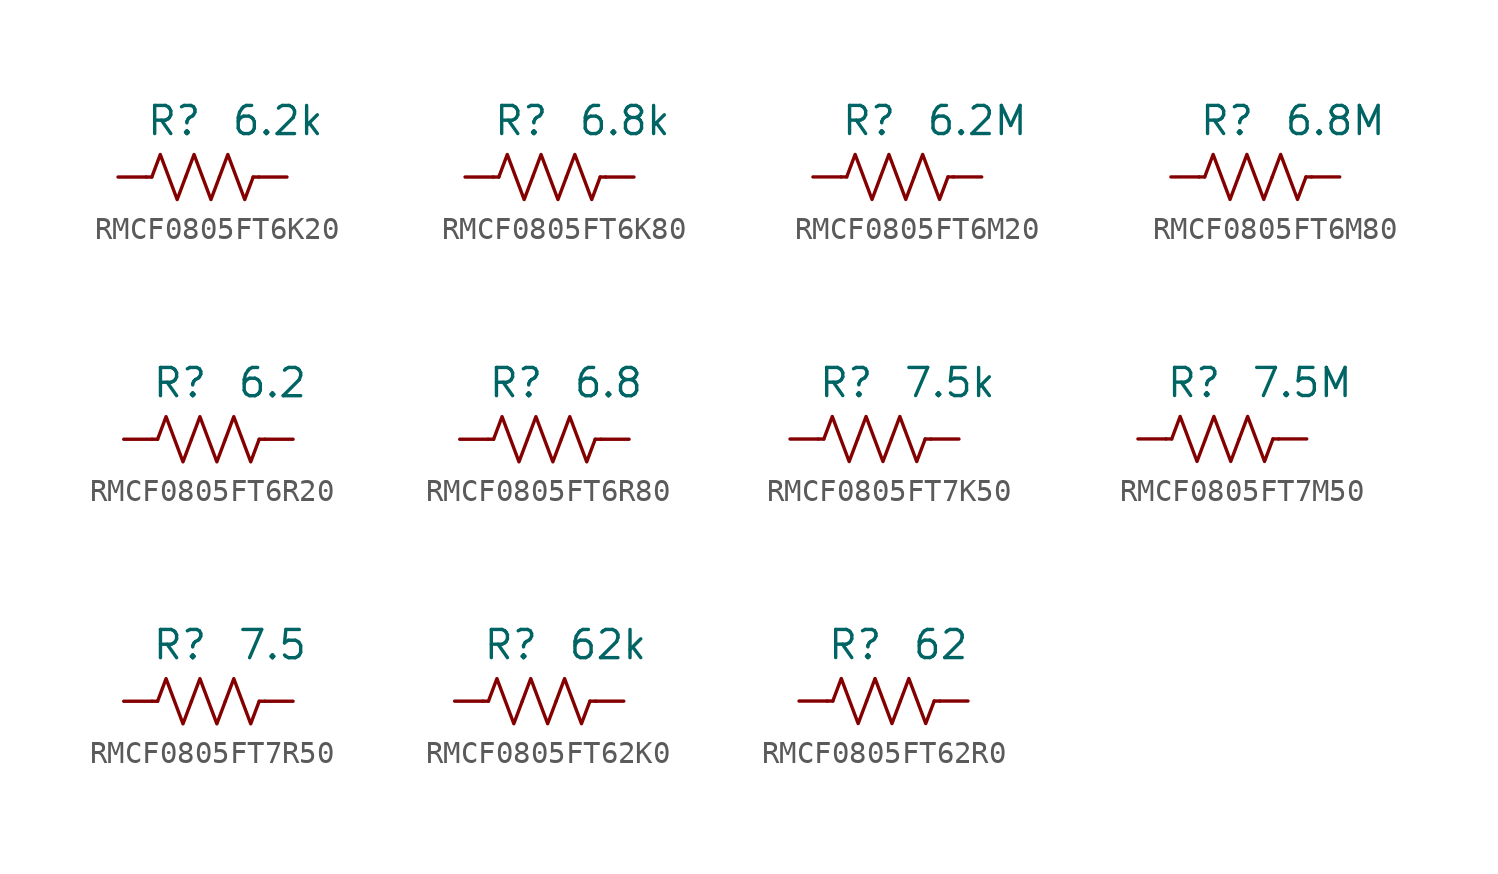
<source format=kicad_sym>
(kicad_symbol_lib
  (version 20241209)
  (generator "kicad_symbol_editor")
  (generator_version "9.0")
  (symbol "RMCF0805FT6K20"
    (pin_numbers
      (hide yes))
    (property "Reference" "R"
      (at 0 2.54 0)
      (effects (font (size 1.27 1.27)) (justify right)))
    (property "Value" "6.2k"
      (at 1.27 2.54 0)
      (effects (font (size 1.27 1.27)) (justify left)))
    (symbol "RMCF0805FT6K20_0_1"
      (polyline (pts (xy -2.286 0) (xy -2.54 0)) (stroke (width 0) (type default)) (fill (type none)))
      (polyline (pts (xy -2.286 0) (xy -1.905 1.016) (xy -1.524 0) (xy -1.143 -1.016) (xy -0.762 0)) (stroke (width 0) (type default)) (fill (type none)))
      (polyline (pts (xy -0.762 0) (xy -0.381 1.016) (xy 0 0) (xy 0.381 -1.016) (xy 0.762 0)) (stroke (width 0) (type default)) (fill (type none)))
      (polyline (pts (xy 0.762 0) (xy 1.143 1.016) (xy 1.524 0) (xy 1.905 -1.016) (xy 2.286 0)) (stroke (width 0) (type default)) (fill (type none)))
      (polyline (pts (xy 2.286 0) (xy 2.54 0)) (stroke (width 0) (type default)) (fill (type none))))
    (symbol "RMCF0805FT6K20_1_1"
      (pin passive line (at -3.81 0 0) (length 1.27) (name "~" (effects (font (size 1.27 1.27)))) (number "1" (effects (font (size 1.27 1.27)))))
      (pin passive line (at 3.81 0 180) (length 1.27) (name "~" (effects (font (size 1.27 1.27)))) (number "2" (effects (font (size 1.27 1.27)))))))
  (symbol "RMCF0805FT6K80"
    (pin_numbers
      (hide yes))
    (property "Reference" "R"
      (at 0 2.54 0)
      (effects (font (size 1.27 1.27)) (justify right)))
    (property "Value" "6.8k"
      (at 1.27 2.54 0)
      (effects (font (size 1.27 1.27)) (justify left)))
    (symbol "RMCF0805FT6K80_0_1"
      (polyline (pts (xy -2.286 0) (xy -2.54 0)) (stroke (width 0) (type default)) (fill (type none)))
      (polyline (pts (xy -2.286 0) (xy -1.905 1.016) (xy -1.524 0) (xy -1.143 -1.016) (xy -0.762 0)) (stroke (width 0) (type default)) (fill (type none)))
      (polyline (pts (xy -0.762 0) (xy -0.381 1.016) (xy 0 0) (xy 0.381 -1.016) (xy 0.762 0)) (stroke (width 0) (type default)) (fill (type none)))
      (polyline (pts (xy 0.762 0) (xy 1.143 1.016) (xy 1.524 0) (xy 1.905 -1.016) (xy 2.286 0)) (stroke (width 0) (type default)) (fill (type none)))
      (polyline (pts (xy 2.286 0) (xy 2.54 0)) (stroke (width 0) (type default)) (fill (type none))))
    (symbol "RMCF0805FT6K80_1_1"
      (pin passive line (at -3.81 0 0) (length 1.27) (name "~" (effects (font (size 1.27 1.27)))) (number "1" (effects (font (size 1.27 1.27)))))
      (pin passive line (at 3.81 0 180) (length 1.27) (name "~" (effects (font (size 1.27 1.27)))) (number "2" (effects (font (size 1.27 1.27)))))))
  (symbol "RMCF0805FT6M20"
    (pin_numbers
      (hide yes))
    (property "Reference" "R"
      (at 0 2.54 0)
      (effects (font (size 1.27 1.27)) (justify right)))
    (property "Value" "6.2M"
      (at 1.27 2.54 0)
      (effects (font (size 1.27 1.27)) (justify left)))
    (symbol "RMCF0805FT6M20_0_1"
      (polyline (pts (xy -2.286 0) (xy -2.54 0)) (stroke (width 0) (type default)) (fill (type none)))
      (polyline (pts (xy -2.286 0) (xy -1.905 1.016) (xy -1.524 0) (xy -1.143 -1.016) (xy -0.762 0)) (stroke (width 0) (type default)) (fill (type none)))
      (polyline (pts (xy -0.762 0) (xy -0.381 1.016) (xy 0 0) (xy 0.381 -1.016) (xy 0.762 0)) (stroke (width 0) (type default)) (fill (type none)))
      (polyline (pts (xy 0.762 0) (xy 1.143 1.016) (xy 1.524 0) (xy 1.905 -1.016) (xy 2.286 0)) (stroke (width 0) (type default)) (fill (type none)))
      (polyline (pts (xy 2.286 0) (xy 2.54 0)) (stroke (width 0) (type default)) (fill (type none))))
    (symbol "RMCF0805FT6M20_1_1"
      (pin passive line (at -3.81 0 0) (length 1.27) (name "~" (effects (font (size 1.27 1.27)))) (number "1" (effects (font (size 1.27 1.27)))))
      (pin passive line (at 3.81 0 180) (length 1.27) (name "~" (effects (font (size 1.27 1.27)))) (number "2" (effects (font (size 1.27 1.27)))))))
  (symbol "RMCF0805FT6M80"
    (pin_numbers
      (hide yes))
    (property "Reference" "R"
      (at 0 2.54 0)
      (effects (font (size 1.27 1.27)) (justify right)))
    (property "Value" "6.8M"
      (at 1.27 2.54 0)
      (effects (font (size 1.27 1.27)) (justify left)))
    (symbol "RMCF0805FT6M80_0_1"
      (polyline (pts (xy -2.286 0) (xy -2.54 0)) (stroke (width 0) (type default)) (fill (type none)))
      (polyline (pts (xy -2.286 0) (xy -1.905 1.016) (xy -1.524 0) (xy -1.143 -1.016) (xy -0.762 0)) (stroke (width 0) (type default)) (fill (type none)))
      (polyline (pts (xy -0.762 0) (xy -0.381 1.016) (xy 0 0) (xy 0.381 -1.016) (xy 0.762 0)) (stroke (width 0) (type default)) (fill (type none)))
      (polyline (pts (xy 0.762 0) (xy 1.143 1.016) (xy 1.524 0) (xy 1.905 -1.016) (xy 2.286 0)) (stroke (width 0) (type default)) (fill (type none)))
      (polyline (pts (xy 2.286 0) (xy 2.54 0)) (stroke (width 0) (type default)) (fill (type none))))
    (symbol "RMCF0805FT6M80_1_1"
      (pin passive line (at -3.81 0 0) (length 1.27) (name "~" (effects (font (size 1.27 1.27)))) (number "1" (effects (font (size 1.27 1.27)))))
      (pin passive line (at 3.81 0 180) (length 1.27) (name "~" (effects (font (size 1.27 1.27)))) (number "2" (effects (font (size 1.27 1.27)))))))
  (symbol "RMCF0805FT6R20"
    (pin_numbers
      (hide yes))
    (property "Reference" "R"
      (at 0 2.54 0)
      (effects (font (size 1.27 1.27)) (justify right)))
    (property "Value" "6.2"
      (at 1.27 2.54 0)
      (effects (font (size 1.27 1.27)) (justify left)))
    (symbol "RMCF0805FT6R20_0_1"
      (polyline (pts (xy -2.286 0) (xy -2.54 0)) (stroke (width 0) (type default)) (fill (type none)))
      (polyline (pts (xy -2.286 0) (xy -1.905 1.016) (xy -1.524 0) (xy -1.143 -1.016) (xy -0.762 0)) (stroke (width 0) (type default)) (fill (type none)))
      (polyline (pts (xy -0.762 0) (xy -0.381 1.016) (xy 0 0) (xy 0.381 -1.016) (xy 0.762 0)) (stroke (width 0) (type default)) (fill (type none)))
      (polyline (pts (xy 0.762 0) (xy 1.143 1.016) (xy 1.524 0) (xy 1.905 -1.016) (xy 2.286 0)) (stroke (width 0) (type default)) (fill (type none)))
      (polyline (pts (xy 2.286 0) (xy 2.54 0)) (stroke (width 0) (type default)) (fill (type none))))
    (symbol "RMCF0805FT6R20_1_1"
      (pin passive line (at -3.81 0 0) (length 1.27) (name "~" (effects (font (size 1.27 1.27)))) (number "1" (effects (font (size 1.27 1.27)))))
      (pin passive line (at 3.81 0 180) (length 1.27) (name "~" (effects (font (size 1.27 1.27)))) (number "2" (effects (font (size 1.27 1.27)))))))
  (symbol "RMCF0805FT6R80"
    (pin_numbers
      (hide yes))
    (property "Reference" "R"
      (at 0 2.54 0)
      (effects (font (size 1.27 1.27)) (justify right)))
    (property "Value" "6.8"
      (at 1.27 2.54 0)
      (effects (font (size 1.27 1.27)) (justify left)))
    (symbol "RMCF0805FT6R80_0_1"
      (polyline (pts (xy -2.286 0) (xy -2.54 0)) (stroke (width 0) (type default)) (fill (type none)))
      (polyline (pts (xy -2.286 0) (xy -1.905 1.016) (xy -1.524 0) (xy -1.143 -1.016) (xy -0.762 0)) (stroke (width 0) (type default)) (fill (type none)))
      (polyline (pts (xy -0.762 0) (xy -0.381 1.016) (xy 0 0) (xy 0.381 -1.016) (xy 0.762 0)) (stroke (width 0) (type default)) (fill (type none)))
      (polyline (pts (xy 0.762 0) (xy 1.143 1.016) (xy 1.524 0) (xy 1.905 -1.016) (xy 2.286 0)) (stroke (width 0) (type default)) (fill (type none)))
      (polyline (pts (xy 2.286 0) (xy 2.54 0)) (stroke (width 0) (type default)) (fill (type none))))
    (symbol "RMCF0805FT6R80_1_1"
      (pin passive line (at -3.81 0 0) (length 1.27) (name "~" (effects (font (size 1.27 1.27)))) (number "1" (effects (font (size 1.27 1.27)))))
      (pin passive line (at 3.81 0 180) (length 1.27) (name "~" (effects (font (size 1.27 1.27)))) (number "2" (effects (font (size 1.27 1.27)))))))
  (symbol "RMCF0805FT7K50"
    (pin_numbers
      (hide yes))
    (property "Reference" "R"
      (at 0 2.54 0)
      (effects (font (size 1.27 1.27)) (justify right)))
    (property "Value" "7.5k"
      (at 1.27 2.54 0)
      (effects (font (size 1.27 1.27)) (justify left)))
    (symbol "RMCF0805FT7K50_0_1"
      (polyline (pts (xy -2.286 0) (xy -2.54 0)) (stroke (width 0) (type default)) (fill (type none)))
      (polyline (pts (xy -2.286 0) (xy -1.905 1.016) (xy -1.524 0) (xy -1.143 -1.016) (xy -0.762 0)) (stroke (width 0) (type default)) (fill (type none)))
      (polyline (pts (xy -0.762 0) (xy -0.381 1.016) (xy 0 0) (xy 0.381 -1.016) (xy 0.762 0)) (stroke (width 0) (type default)) (fill (type none)))
      (polyline (pts (xy 0.762 0) (xy 1.143 1.016) (xy 1.524 0) (xy 1.905 -1.016) (xy 2.286 0)) (stroke (width 0) (type default)) (fill (type none)))
      (polyline (pts (xy 2.286 0) (xy 2.54 0)) (stroke (width 0) (type default)) (fill (type none))))
    (symbol "RMCF0805FT7K50_1_1"
      (pin passive line (at -3.81 0 0) (length 1.27) (name "~" (effects (font (size 1.27 1.27)))) (number "1" (effects (font (size 1.27 1.27)))))
      (pin passive line (at 3.81 0 180) (length 1.27) (name "~" (effects (font (size 1.27 1.27)))) (number "2" (effects (font (size 1.27 1.27)))))))
  (symbol "RMCF0805FT7M50"
    (pin_numbers
      (hide yes))
    (property "Reference" "R"
      (at 0 2.54 0)
      (effects (font (size 1.27 1.27)) (justify right)))
    (property "Value" "7.5M"
      (at 1.27 2.54 0)
      (effects (font (size 1.27 1.27)) (justify left)))
    (symbol "RMCF0805FT7M50_0_1"
      (polyline (pts (xy -2.286 0) (xy -2.54 0)) (stroke (width 0) (type default)) (fill (type none)))
      (polyline (pts (xy -2.286 0) (xy -1.905 1.016) (xy -1.524 0) (xy -1.143 -1.016) (xy -0.762 0)) (stroke (width 0) (type default)) (fill (type none)))
      (polyline (pts (xy -0.762 0) (xy -0.381 1.016) (xy 0 0) (xy 0.381 -1.016) (xy 0.762 0)) (stroke (width 0) (type default)) (fill (type none)))
      (polyline (pts (xy 0.762 0) (xy 1.143 1.016) (xy 1.524 0) (xy 1.905 -1.016) (xy 2.286 0)) (stroke (width 0) (type default)) (fill (type none)))
      (polyline (pts (xy 2.286 0) (xy 2.54 0)) (stroke (width 0) (type default)) (fill (type none))))
    (symbol "RMCF0805FT7M50_1_1"
      (pin passive line (at -3.81 0 0) (length 1.27) (name "~" (effects (font (size 1.27 1.27)))) (number "1" (effects (font (size 1.27 1.27)))))
      (pin passive line (at 3.81 0 180) (length 1.27) (name "~" (effects (font (size 1.27 1.27)))) (number "2" (effects (font (size 1.27 1.27)))))))
  (symbol "RMCF0805FT7R50"
    (pin_numbers
      (hide yes))
    (property "Reference" "R"
      (at 0 2.54 0)
      (effects (font (size 1.27 1.27)) (justify right)))
    (property "Value" "7.5"
      (at 1.27 2.54 0)
      (effects (font (size 1.27 1.27)) (justify left)))
    (symbol "RMCF0805FT7R50_0_1"
      (polyline (pts (xy -2.286 0) (xy -2.54 0)) (stroke (width 0) (type default)) (fill (type none)))
      (polyline (pts (xy -2.286 0) (xy -1.905 1.016) (xy -1.524 0) (xy -1.143 -1.016) (xy -0.762 0)) (stroke (width 0) (type default)) (fill (type none)))
      (polyline (pts (xy -0.762 0) (xy -0.381 1.016) (xy 0 0) (xy 0.381 -1.016) (xy 0.762 0)) (stroke (width 0) (type default)) (fill (type none)))
      (polyline (pts (xy 0.762 0) (xy 1.143 1.016) (xy 1.524 0) (xy 1.905 -1.016) (xy 2.286 0)) (stroke (width 0) (type default)) (fill (type none)))
      (polyline (pts (xy 2.286 0) (xy 2.54 0)) (stroke (width 0) (type default)) (fill (type none))))
    (symbol "RMCF0805FT7R50_1_1"
      (pin passive line (at -3.81 0 0) (length 1.27) (name "~" (effects (font (size 1.27 1.27)))) (number "1" (effects (font (size 1.27 1.27)))))
      (pin passive line (at 3.81 0 180) (length 1.27) (name "~" (effects (font (size 1.27 1.27)))) (number "2" (effects (font (size 1.27 1.27)))))))
  (symbol "RMCF0805FT62K0"
    (pin_numbers
      (hide yes))
    (property "Reference" "R"
      (at 0 2.54 0)
      (effects (font (size 1.27 1.27)) (justify right)))
    (property "Value" "62k"
      (at 1.27 2.54 0)
      (effects (font (size 1.27 1.27)) (justify left)))
    (symbol "RMCF0805FT62K0_0_1"
      (polyline (pts (xy -2.286 0) (xy -2.54 0)) (stroke (width 0) (type default)) (fill (type none)))
      (polyline (pts (xy -2.286 0) (xy -1.905 1.016) (xy -1.524 0) (xy -1.143 -1.016) (xy -0.762 0)) (stroke (width 0) (type default)) (fill (type none)))
      (polyline (pts (xy -0.762 0) (xy -0.381 1.016) (xy 0 0) (xy 0.381 -1.016) (xy 0.762 0)) (stroke (width 0) (type default)) (fill (type none)))
      (polyline (pts (xy 0.762 0) (xy 1.143 1.016) (xy 1.524 0) (xy 1.905 -1.016) (xy 2.286 0)) (stroke (width 0) (type default)) (fill (type none)))
      (polyline (pts (xy 2.286 0) (xy 2.54 0)) (stroke (width 0) (type default)) (fill (type none))))
    (symbol "RMCF0805FT62K0_1_1"
      (pin passive line (at -3.81 0 0) (length 1.27) (name "~" (effects (font (size 1.27 1.27)))) (number "1" (effects (font (size 1.27 1.27)))))
      (pin passive line (at 3.81 0 180) (length 1.27) (name "~" (effects (font (size 1.27 1.27)))) (number "2" (effects (font (size 1.27 1.27)))))))
  (symbol "RMCF0805FT62R0"
    (pin_numbers
      (hide yes))
    (property "Reference" "R"
      (at 0 2.54 0)
      (effects (font (size 1.27 1.27)) (justify right)))
    (property "Value" "62"
      (at 1.27 2.54 0)
      (effects (font (size 1.27 1.27)) (justify left)))
    (symbol "RMCF0805FT62R0_0_1"
      (polyline (pts (xy -2.286 0) (xy -2.54 0)) (stroke (width 0) (type default)) (fill (type none)))
      (polyline (pts (xy -2.286 0) (xy -1.905 1.016) (xy -1.524 0) (xy -1.143 -1.016) (xy -0.762 0)) (stroke (width 0) (type default)) (fill (type none)))
      (polyline (pts (xy -0.762 0) (xy -0.381 1.016) (xy 0 0) (xy 0.381 -1.016) (xy 0.762 0)) (stroke (width 0) (type default)) (fill (type none)))
      (polyline (pts (xy 0.762 0) (xy 1.143 1.016) (xy 1.524 0) (xy 1.905 -1.016) (xy 2.286 0)) (stroke (width 0) (type default)) (fill (type none)))
      (polyline (pts (xy 2.286 0) (xy 2.54 0)) (stroke (width 0) (type default)) (fill (type none))))
    (symbol "RMCF0805FT62R0_1_1"
      (pin passive line (at -3.81 0 0) (length 1.27) (name "~" (effects (font (size 1.27 1.27)))) (number "1" (effects (font (size 1.27 1.27)))))
      (pin passive line (at 3.81 0 180) (length 1.27) (name "~" (effects (font (size 1.27 1.27)))) (number "2" (effects (font (size 1.27 1.27))))))))
</source>
